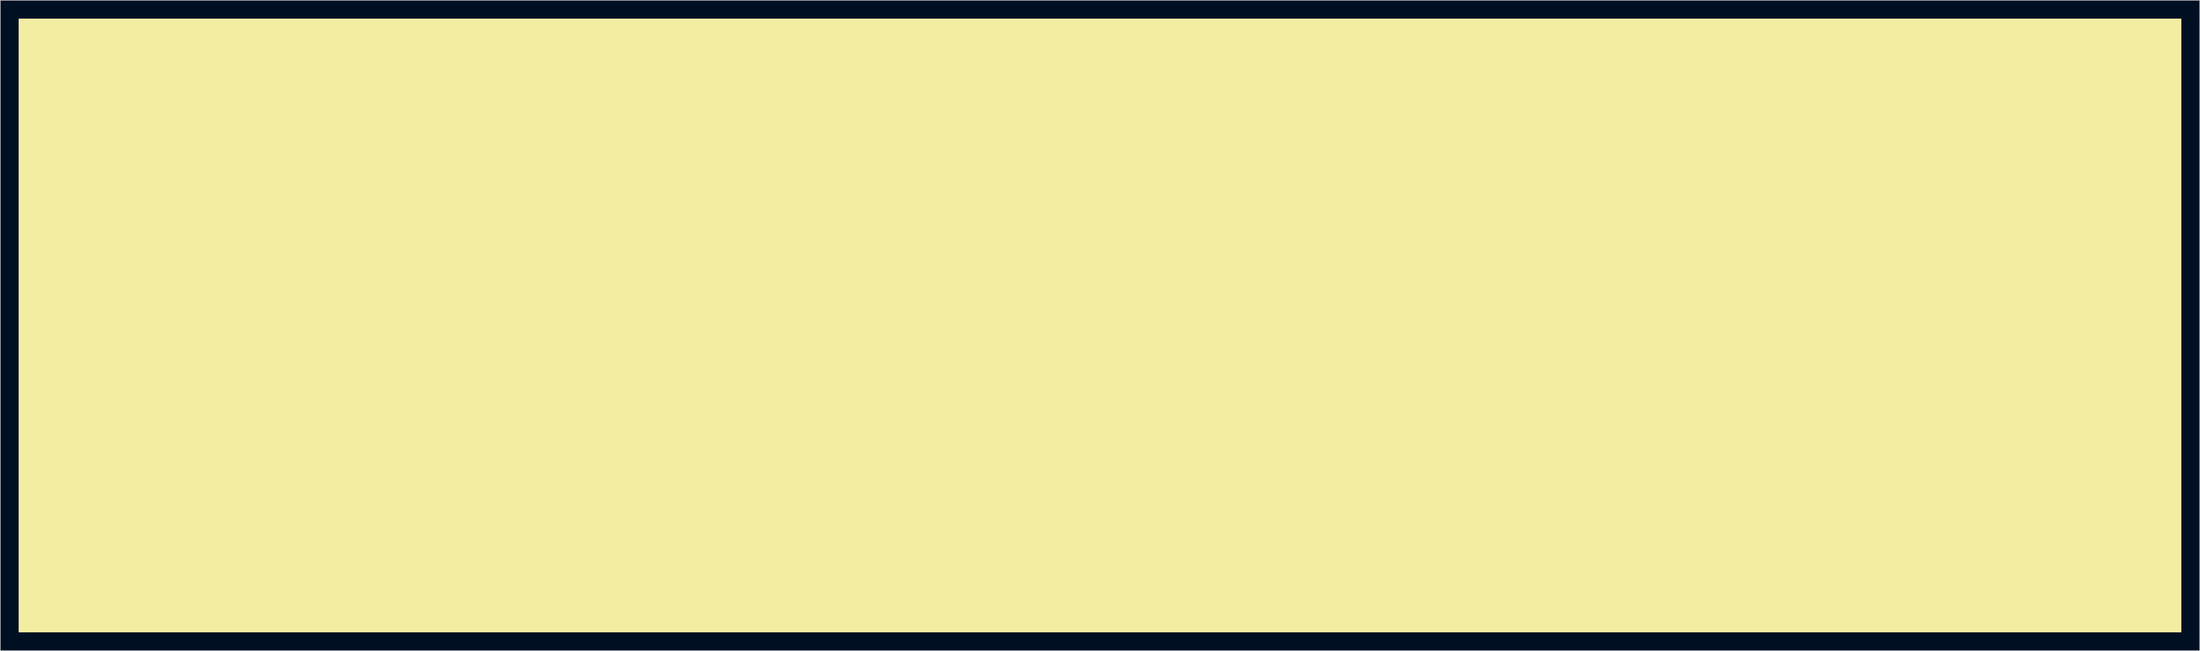
<source format=kicad_pcb>
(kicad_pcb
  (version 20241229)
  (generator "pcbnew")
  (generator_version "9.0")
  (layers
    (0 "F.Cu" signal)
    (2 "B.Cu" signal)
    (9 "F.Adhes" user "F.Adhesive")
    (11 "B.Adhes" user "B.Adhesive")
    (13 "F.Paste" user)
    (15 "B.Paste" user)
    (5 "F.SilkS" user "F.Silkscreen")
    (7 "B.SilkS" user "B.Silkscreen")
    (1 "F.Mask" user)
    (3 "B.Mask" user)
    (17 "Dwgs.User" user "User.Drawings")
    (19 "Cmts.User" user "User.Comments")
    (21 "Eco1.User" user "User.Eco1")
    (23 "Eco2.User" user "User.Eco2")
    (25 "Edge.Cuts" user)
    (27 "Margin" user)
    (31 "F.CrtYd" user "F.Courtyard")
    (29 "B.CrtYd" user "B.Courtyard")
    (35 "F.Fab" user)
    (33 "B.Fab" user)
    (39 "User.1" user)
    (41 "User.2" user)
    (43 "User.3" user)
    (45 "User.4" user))
  (footprint "ratatech_bitmap"
    (layer "F.Cu")
    (at 176.747 50.099)
    (property "Reference" "ratatech_bitmap" (at 0 0 0) (layer "F.SilkS") (effects (font (size 1.524 1.524) (thickness 0.3))))
    (attr through_hole)
    (fp_poly (pts (xy 177.094 50.447) (xy -176.742 50.447) (xy -176.742 -50.094) (xy 177.094 -50.094) (xy 177.094 50.447)) (stroke (width 0.01) (type solid)) (fill yes) (layer "F.SilkS")))
  (gr_rect
    (start -3 -3)
    (end 356.846 103.552)
    (stroke (width 0.1) (type default))
    (fill no)
    (layer "Edge.Cuts")))
</source>
